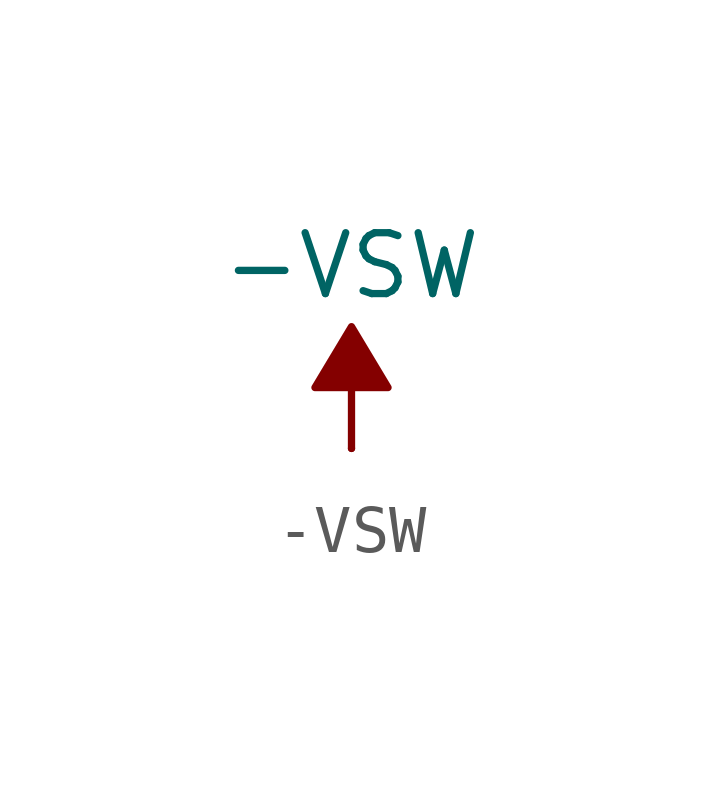
<source format=kicad_sym>
(kicad_symbol_lib
  (version 20231120)
  (generator "kicad_symbol_editor")
  (generator_version "8.0")
  (symbol "-VSW"
    (power)
    (pin_numbers hide)
    (pin_names
      (offset 0) hide)
    (property "Reference" "#PWR"
      (at 0 2.54 0)
      (effects (font (size 1.27 1.27)) (hide yes)))
    (property "Value" "-VSW"
      (at 0 3.81 0)
      (effects (font (size 1.27 1.27))))
    (symbol "-VSW_0_0"
      (pin power_in line (at 0 0 90) (length 0) (name "~" (effects (font (size 1.27 1.27)))) (number "1" (effects (font (size 1.27 1.27))))))
    (symbol "-VSW_0_1"
      (polyline (pts (xy 0 0) (xy 0 1.27) (xy 0.762 1.27) (xy 0 2.54) (xy -0.762 1.27) (xy 0 1.27)) (stroke (width 0) (type default)) (fill (type outline))))))
</source>
